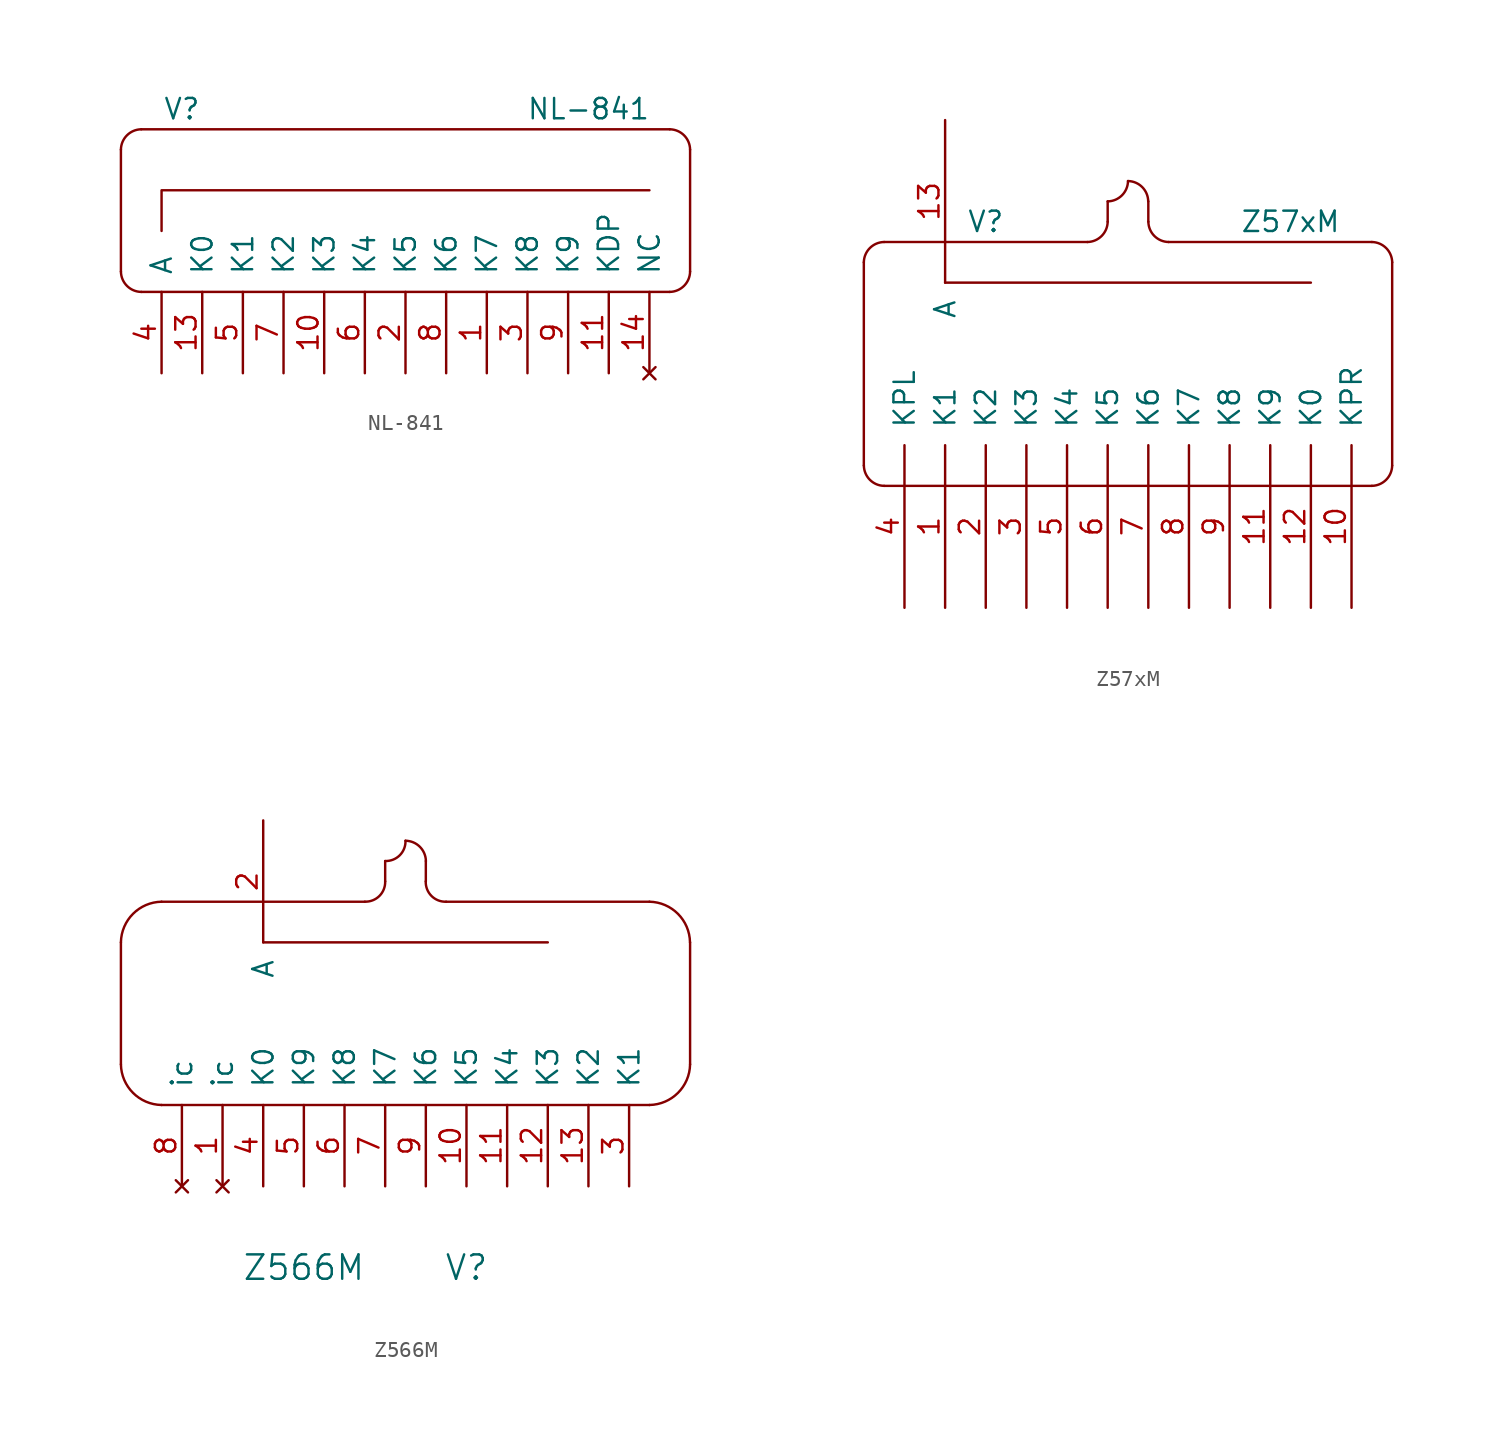
<source format=kicad_sym>
(kicad_symbol_lib
  (version 20211014)
  (generator kicad_symbol_editor)
  (symbol "NL-841"
    (pin_names
      (offset 1.016))
    (property "Reference" "V"
      (at -13.97 8.89 0)
      (effects (font (size 1.27 1.27))))
    (property "Value" "NL-841"
      (at 11.43 8.89 0)
      (effects (font (size 1.27 1.27))))
    (property "Footprint" ""
      (at -2.54 -2.54 0)
      (effects (font (size 1.27 1.27))))
    (property "Datasheet" ""
      (at -2.54 -2.54 0)
      (effects (font (size 1.27 1.27))))
    (symbol "NL-841_0_1"
      (arc (start -17.78 -1.27) (mid -17.4066 -2.1588) (end -16.51 -2.54) (stroke (width 0) (type default) (color 0 0 0 0)) (fill (type none)))
      (arc (start -16.51 7.62) (mid -17.3988 7.2466) (end -17.78 6.35) (stroke (width 0) (type default) (color 0 0 0 0)) (fill (type none)))
      (polyline (pts (xy -17.78 6.35) (xy -17.78 -1.27)) (stroke (width 0) (type default) (color 0 0 0 0)) (fill (type none)))
      (polyline (pts (xy -16.51 -2.54) (xy 16.51 -2.54)) (stroke (width 0) (type default) (color 0 0 0 0)) (fill (type none)))
      (polyline (pts (xy 16.51 7.62) (xy -16.51 7.62)) (stroke (width 0) (type default) (color 0 0 0 0)) (fill (type none)))
      (polyline (pts (xy 17.78 -1.27) (xy 17.78 6.35)) (stroke (width 0) (type default) (color 0 0 0 0)) (fill (type none)))
      (polyline (pts (xy -15.24 1.27) (xy -15.24 3.81) (xy 15.24 3.81)) (stroke (width 0) (type default) (color 0 0 0 0)) (fill (type none)))
      (arc (start 16.51 -2.54) (mid 17.3988 -2.1666) (end 17.78 -1.27) (stroke (width 0) (type default) (color 0 0 0 0)) (fill (type none)))
      (arc (start 17.78 6.35) (mid 17.4066 7.2388) (end 16.51 7.62) (stroke (width 0) (type default) (color 0 0 0 0)) (fill (type none))))
    (symbol "NL-841_1_1"
      (pin passive line (at 5.08 -7.62 90) (length 5.08) (name "K7" (effects (font (size 1.27 1.27)))) (number "1" (effects (font (size 1.27 1.27)))))
      (pin passive line (at -5.08 -7.62 90) (length 5.08) (name "K3" (effects (font (size 1.27 1.27)))) (number "10" (effects (font (size 1.27 1.27)))))
      (pin passive line (at 12.7 -7.62 90) (length 5.08) (name "KDP" (effects (font (size 1.27 1.27)))) (number "11" (effects (font (size 1.27 1.27)))))
      (pin passive line (at -12.7 -7.62 90) (length 5.08) (name "K0" (effects (font (size 1.27 1.27)))) (number "13" (effects (font (size 1.27 1.27)))))
      (pin no_connect line (at 15.24 -7.62 90) (length 5.08) (name "NC" (effects (font (size 1.27 1.27)))) (number "14" (effects (font (size 1.27 1.27)))))
      (pin passive line (at 0 -7.62 90) (length 5.08) (name "K5" (effects (font (size 1.27 1.27)))) (number "2" (effects (font (size 1.27 1.27)))))
      (pin passive line (at 7.62 -7.62 90) (length 5.08) (name "K8" (effects (font (size 1.27 1.27)))) (number "3" (effects (font (size 1.27 1.27)))))
      (pin passive line (at -15.24 -7.62 90) (length 5.08) (name "A" (effects (font (size 1.27 1.27)))) (number "4" (effects (font (size 1.27 1.27)))))
      (pin passive line (at -10.16 -7.62 90) (length 5.08) (name "K1" (effects (font (size 1.27 1.27)))) (number "5" (effects (font (size 1.27 1.27)))))
      (pin passive line (at -2.54 -7.62 90) (length 5.08) (name "K4" (effects (font (size 1.27 1.27)))) (number "6" (effects (font (size 1.27 1.27)))))
      (pin passive line (at -7.62 -7.62 90) (length 5.08) (name "K2" (effects (font (size 1.27 1.27)))) (number "7" (effects (font (size 1.27 1.27)))))
      (pin passive line (at 2.54 -7.62 90) (length 5.08) (name "K6" (effects (font (size 1.27 1.27)))) (number "8" (effects (font (size 1.27 1.27)))))
      (pin passive line (at 10.16 -7.62 90) (length 5.08) (name "K9" (effects (font (size 1.27 1.27)))) (number "9" (effects (font (size 1.27 1.27)))))))
  (symbol "Z57xM"
    (pin_names
      (offset 1.016))
    (property "Reference" "V"
      (at -7.62 8.89 0)
      (effects (font (size 1.27 1.27))))
    (property "Value" "Z57xM"
      (at 11.43 8.89 0)
      (effects (font (size 1.27 1.27))))
    (property "Footprint" ""
      (at 5.08 -1.27 0)
      (effects (font (size 1.524 1.524))))
    (property "Datasheet" ""
      (at 5.08 -1.27 0)
      (effects (font (size 1.524 1.524))))
    (symbol "Z57xM_0_1"
      (arc (start -15.24 -6.35) (mid -14.8627 -7.2427) (end -13.97 -7.62) (stroke (width 0) (type default) (color 0 0 0 0)) (fill (type none)))
      (arc (start -13.97 7.62) (mid -14.8627 7.2427) (end -15.24 6.35) (stroke (width 0) (type default) (color 0 0 0 0)) (fill (type none)))
      (arc (start -1.27 7.62) (mid -0.3773 7.9973) (end 0 8.89) (stroke (width 0) (type default) (color 0 0 0 0)) (fill (type none)))
      (polyline (pts (xy -15.24 -6.35) (xy -15.24 6.35)) (stroke (width 0) (type default) (color 0 0 0 0)) (fill (type none)))
      (polyline (pts (xy -13.97 7.62) (xy -1.27 7.62)) (stroke (width 0) (type default) (color 0 0 0 0)) (fill (type none)))
      (polyline (pts (xy -10.16 5.08) (xy 12.7 5.08)) (stroke (width 0) (type default) (color 0 0 0 0)) (fill (type none)))
      (polyline (pts (xy 0 8.89) (xy 0 10.16)) (stroke (width 0) (type default) (color 0 0 0 0)) (fill (type none)))
      (polyline (pts (xy 2.54 8.89) (xy 2.54 10.16)) (stroke (width 0) (type default) (color 0 0 0 0)) (fill (type none)))
      (polyline (pts (xy 3.81 7.62) (xy 16.51 7.62)) (stroke (width 0) (type default) (color 0 0 0 0)) (fill (type none)))
      (polyline (pts (xy 16.51 -7.62) (xy -13.97 -7.62)) (stroke (width 0) (type default) (color 0 0 0 0)) (fill (type none)))
      (polyline (pts (xy 17.78 -6.35) (xy 17.78 6.35)) (stroke (width 0) (type default) (color 0 0 0 0)) (fill (type none)))
      (arc (start 0 10.16) (mid 0.8927 10.5373) (end 1.27 11.43) (stroke (width 0) (type default) (color 0 0 0 0)) (fill (type none)))
      (arc (start 2.54 8.89) (mid 2.9173 7.9973) (end 3.81 7.62) (stroke (width 0) (type default) (color 0 0 0 0)) (fill (type none)))
      (arc (start 2.54 10.16) (mid 2.1627 11.0527) (end 1.27 11.43) (stroke (width 0) (type default) (color 0 0 0 0)) (fill (type none)))
      (arc (start 16.51 -7.62) (mid 17.4023 -7.2423) (end 17.78 -6.35) (stroke (width 0) (type default) (color 0 0 0 0)) (fill (type none)))
      (arc (start 17.78 6.35) (mid 17.4023 7.2423) (end 16.51 7.62) (stroke (width 0) (type default) (color 0 0 0 0)) (fill (type none))))
    (symbol "Z57xM_1_1"
      (pin passive line (at -10.16 -15.24 90) (length 10.16) (name "K1" (effects (font (size 1.27 1.27)))) (number "1" (effects (font (size 1.27 1.27)))))
      (pin passive line (at 15.24 -15.24 90) (length 10.16) (name "KPR" (effects (font (size 1.27 1.27)))) (number "10" (effects (font (size 1.27 1.27)))))
      (pin passive line (at 10.16 -15.24 90) (length 10.16) (name "K9" (effects (font (size 1.27 1.27)))) (number "11" (effects (font (size 1.27 1.27)))))
      (pin passive line (at 12.7 -15.24 90) (length 10.16) (name "K0" (effects (font (size 1.27 1.27)))) (number "12" (effects (font (size 1.27 1.27)))))
      (pin passive line (at -10.16 15.24 270) (length 10.16) (name "A" (effects (font (size 1.27 1.27)))) (number "13" (effects (font (size 1.27 1.27)))))
      (pin passive line (at -7.62 -15.24 90) (length 10.16) (name "K2" (effects (font (size 1.27 1.27)))) (number "2" (effects (font (size 1.27 1.27)))))
      (pin passive line (at -5.08 -15.24 90) (length 10.16) (name "K3" (effects (font (size 1.27 1.27)))) (number "3" (effects (font (size 1.27 1.27)))))
      (pin passive line (at -12.7 -15.24 90) (length 10.16) (name "KPL" (effects (font (size 1.27 1.27)))) (number "4" (effects (font (size 1.27 1.27)))))
      (pin passive line (at -2.54 -15.24 90) (length 10.16) (name "K4" (effects (font (size 1.27 1.27)))) (number "5" (effects (font (size 1.27 1.27)))))
      (pin passive line (at 0 -15.24 90) (length 10.16) (name "K5" (effects (font (size 1.27 1.27)))) (number "6" (effects (font (size 1.27 1.27)))))
      (pin passive line (at 2.54 -15.24 90) (length 10.16) (name "K6" (effects (font (size 1.27 1.27)))) (number "7" (effects (font (size 1.27 1.27)))))
      (pin passive line (at 5.08 -15.24 90) (length 10.16) (name "K7" (effects (font (size 1.27 1.27)))) (number "8" (effects (font (size 1.27 1.27)))))
      (pin passive line (at 7.62 -15.24 90) (length 10.16) (name "K8" (effects (font (size 1.27 1.27)))) (number "9" (effects (font (size 1.27 1.27)))))))
  (symbol "Z566M"
    (pin_names
      (offset 1.016))
    (property "Reference" "V"
      (at 3.81 -19.05 0)
      (effects (font (size 1.524 1.524))))
    (property "Value" "Z566M"
      (at -6.35 -19.05 0)
      (effects (font (size 1.524 1.524))))
    (property "Footprint" ""
      (at 0 0 0)
      (effects (font (size 1.524 1.524))))
    (property "Datasheet" ""
      (at 0 0 0)
      (effects (font (size 1.524 1.524))))
    (symbol "Z566M_0_1"
      (arc (start -17.78 -6.35) (mid -17.0271 -8.1297) (end -15.24 -8.89) (stroke (width 0) (type default) (color 0 0 0 0)) (fill (type none)))
      (arc (start -15.24 3.81) (mid -17.0197 3.0571) (end -17.78 1.27) (stroke (width 0) (type default) (color 0 0 0 0)) (fill (type none)))
      (arc (start -2.54 3.81) (mid -1.6254 4.1729) (end -1.27 5.08) (stroke (width 0) (type default) (color 0 0 0 0)) (fill (type none)))
      (arc (start -1.27 6.35) (mid -0.3554 6.7129) (end 0 7.62) (stroke (width 0) (type default) (color 0 0 0 0)) (fill (type none)))
      (polyline (pts (xy -17.78 -6.35) (xy -17.78 1.27)) (stroke (width 0) (type default) (color 0 0 0 0)) (fill (type none)))
      (polyline (pts (xy -8.89 1.27) (xy 8.89 1.27)) (stroke (width 0) (type default) (color 0 0 0 0)) (fill (type none)))
      (polyline (pts (xy -2.54 3.81) (xy -15.24 3.81)) (stroke (width 0) (type default) (color 0 0 0 0)) (fill (type none)))
      (polyline (pts (xy -1.27 6.35) (xy -1.27 5.08)) (stroke (width 0) (type default) (color 0 0 0 0)) (fill (type none)))
      (polyline (pts (xy 1.27 5.08) (xy 1.27 6.35)) (stroke (width 0) (type default) (color 0 0 0 0)) (fill (type none)))
      (polyline (pts (xy 15.24 -8.89) (xy -15.24 -8.89)) (stroke (width 0) (type default) (color 0 0 0 0)) (fill (type none)))
      (polyline (pts (xy 15.24 3.81) (xy 2.54 3.81)) (stroke (width 0) (type default) (color 0 0 0 0)) (fill (type none)))
      (polyline (pts (xy 17.78 -6.35) (xy 17.78 1.27)) (stroke (width 0) (type default) (color 0 0 0 0)) (fill (type none)))
      (arc (start 1.27 5.08) (mid 1.6329 4.1654) (end 2.54 3.81) (stroke (width 0) (type default) (color 0 0 0 0)) (fill (type none)))
      (arc (start 1.27 6.35) (mid 0.8966 7.2388) (end 0 7.62) (stroke (width 0) (type default) (color 0 0 0 0)) (fill (type none)))
      (arc (start 15.24 -8.89) (mid 17.0197 -8.1371) (end 17.78 -6.35) (stroke (width 0) (type default) (color 0 0 0 0)) (fill (type none)))
      (arc (start 17.78 1.27) (mid 17.0271 3.0497) (end 15.24 3.81) (stroke (width 0) (type default) (color 0 0 0 0)) (fill (type none))))
    (symbol "Z566M_1_1"
      (pin no_connect line (at -11.43 -13.97 90) (length 5.08) (name "ic" (effects (font (size 1.27 1.27)))) (number "1" (effects (font (size 1.27 1.27)))))
      (pin input line (at 3.81 -13.97 90) (length 5.08) (name "K5" (effects (font (size 1.27 1.27)))) (number "10" (effects (font (size 1.27 1.27)))))
      (pin input line (at 6.35 -13.97 90) (length 5.08) (name "K4" (effects (font (size 1.27 1.27)))) (number "11" (effects (font (size 1.27 1.27)))))
      (pin input line (at 8.89 -13.97 90) (length 5.08) (name "K3" (effects (font (size 1.27 1.27)))) (number "12" (effects (font (size 1.27 1.27)))))
      (pin input line (at 11.43 -13.97 90) (length 5.08) (name "K2" (effects (font (size 1.27 1.27)))) (number "13" (effects (font (size 1.27 1.27)))))
      (pin input line (at -8.89 8.89 270) (length 7.62) (name "A" (effects (font (size 1.27 1.27)))) (number "2" (effects (font (size 1.27 1.27)))))
      (pin input line (at 13.97 -13.97 90) (length 5.08) (name "K1" (effects (font (size 1.27 1.27)))) (number "3" (effects (font (size 1.27 1.27)))))
      (pin input line (at -8.89 -13.97 90) (length 5.08) (name "K0" (effects (font (size 1.27 1.27)))) (number "4" (effects (font (size 1.27 1.27)))))
      (pin input line (at -6.35 -13.97 90) (length 5.08) (name "K9" (effects (font (size 1.27 1.27)))) (number "5" (effects (font (size 1.27 1.27)))))
      (pin input line (at -3.81 -13.97 90) (length 5.08) (name "K8" (effects (font (size 1.27 1.27)))) (number "6" (effects (font (size 1.27 1.27)))))
      (pin input line (at -1.27 -13.97 90) (length 5.08) (name "K7" (effects (font (size 1.27 1.27)))) (number "7" (effects (font (size 1.27 1.27)))))
      (pin no_connect line (at -13.97 -13.97 90) (length 5.08) (name "ic" (effects (font (size 1.27 1.27)))) (number "8" (effects (font (size 1.27 1.27)))))
      (pin input line (at 1.27 -13.97 90) (length 5.08) (name "K6" (effects (font (size 1.27 1.27)))) (number "9" (effects (font (size 1.27 1.27))))))))
</source>
